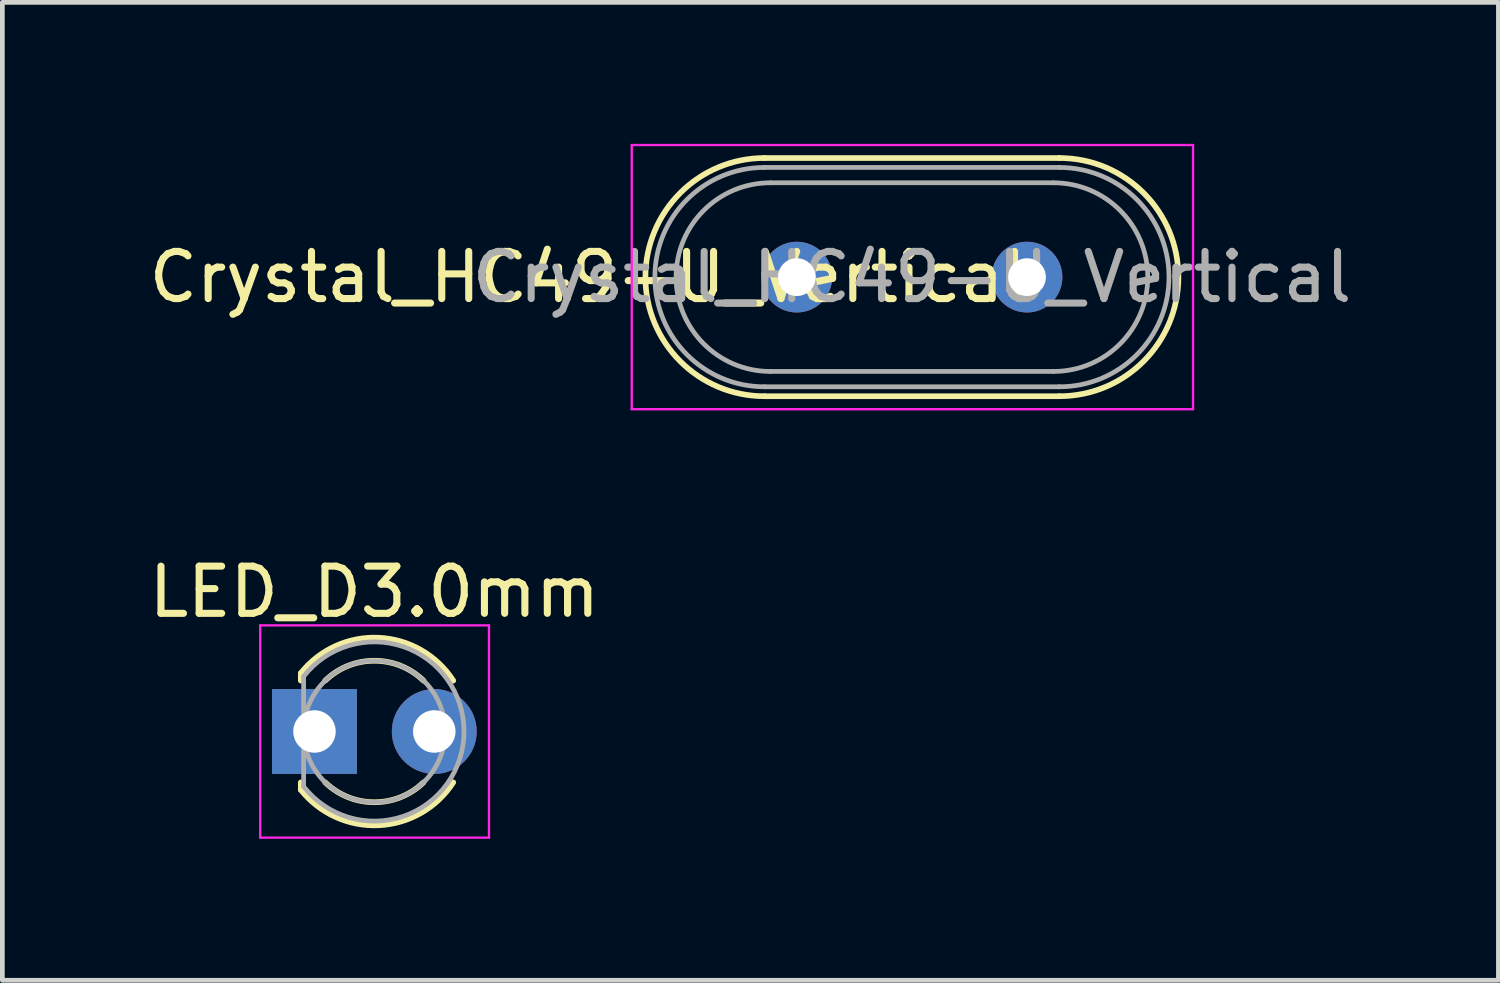
<source format=kicad_pcb>
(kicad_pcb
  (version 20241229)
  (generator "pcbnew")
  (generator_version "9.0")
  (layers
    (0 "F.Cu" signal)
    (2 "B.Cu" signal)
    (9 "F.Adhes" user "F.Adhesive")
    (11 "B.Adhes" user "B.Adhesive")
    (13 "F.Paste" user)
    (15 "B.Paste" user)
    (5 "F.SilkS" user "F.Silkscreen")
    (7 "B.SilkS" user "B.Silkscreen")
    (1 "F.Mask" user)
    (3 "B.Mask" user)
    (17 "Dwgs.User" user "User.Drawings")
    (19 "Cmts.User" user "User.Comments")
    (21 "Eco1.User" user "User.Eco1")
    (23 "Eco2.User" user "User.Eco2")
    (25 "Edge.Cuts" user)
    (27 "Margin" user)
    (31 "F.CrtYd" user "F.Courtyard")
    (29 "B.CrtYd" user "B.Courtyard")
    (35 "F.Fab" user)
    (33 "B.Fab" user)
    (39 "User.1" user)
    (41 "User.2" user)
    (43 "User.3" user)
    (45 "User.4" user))
  (footprint "LED_D3.0mm"
    (layer "F.Cu")
    (at 3.617 12.458)
    (property "Reference" "LED_D3.0mm" (at 1.27 -2.96 180) (layer "F.SilkS") (effects (font (size 1 1) (thickness 0.15))))
    (attr through_hole)
    (fp_line (start -0.29 -1.236) (end -0.29 -1.08) (stroke (width 0.12) (type solid)) (layer "F.SilkS"))
    (fp_line (start -0.29 1.08) (end -0.29 1.236) (stroke (width 0.12) (type solid)) (layer "F.SilkS"))
    (fp_arc (start -0.29 -1.235516) (mid 1.366487 -1.987659) (end 2.942335 -1.078608) (stroke (width 0.12) (type solid)) (layer "F.SilkS"))
    (fp_arc (start 0.229039 -1.08) (mid 1.270117 -1.5) (end 2.31113 -1.079837) (stroke (width 0.12) (type solid)) (layer "F.SilkS"))
    (fp_arc (start 2.31113 1.079837) (mid 1.270117 1.5) (end 0.229039 1.08) (stroke (width 0.12) (type solid)) (layer "F.SilkS"))
    (fp_arc (start 2.942335 1.078608) (mid 1.366487 1.987659) (end -0.29 1.235516) (stroke (width 0.12) (type solid)) (layer "F.SilkS"))
    (fp_line (start -1.15 -2.25) (end -1.15 2.25) (stroke (width 0.05) (type solid)) (layer "F.CrtYd"))
    (fp_line (start -1.15 2.25) (end 3.7 2.25) (stroke (width 0.05) (type solid)) (layer "F.CrtYd"))
    (fp_line (start 3.7 -2.25) (end -1.15 -2.25) (stroke (width 0.05) (type solid)) (layer "F.CrtYd"))
    (fp_line (start 3.7 2.25) (end 3.7 -2.25) (stroke (width 0.05) (type solid)) (layer "F.CrtYd"))
    (fp_line (start -0.23 -1.166) (end -0.23 1.166) (stroke (width 0.1) (type solid)) (layer "F.Fab"))
    (fp_arc (start -0.23 -1.16619) (mid 3.17 0.000452) (end -0.230555 1.165476) (stroke (width 0.1) (type solid)) (layer "F.Fab"))
    (fp_circle (center 1.27 0) (end 2.77 0) (stroke (width 0.1) (type solid)) (fill no) (layer "F.Fab"))
    (pad "1" thru_hole rect (at 0 0) (size 1.8 1.8) (drill 0.9) (layers "*.Cu" "*.Mask"))
    (pad "2" thru_hole circle (at 2.54 0) (size 1.8 1.8) (drill 0.9) (layers "*.Cu" "*.Mask")))
  (footprint "Crystal_HC49-U_Vertical"
    (layer "F.Cu")
    (at 13.843 2.825)
    (property "Reference" "Crystal_HC49-U_Vertical" (at -4.408 0 0) (layer "F.SilkS") (effects (font (size 1 1) (thickness 0.15))))
    (attr through_hole)
    (fp_line (start -0.685 -2.525) (end 5.565 -2.525) (stroke (width 0.12) (type solid)) (layer "F.SilkS"))
    (fp_line (start -0.685 2.525) (end 5.565 2.525) (stroke (width 0.12) (type solid)) (layer "F.SilkS"))
    (fp_arc (start -0.685 2.525) (mid -3.21 0) (end -0.685 -2.525) (stroke (width 0.12) (type solid)) (layer "F.SilkS"))
    (fp_arc (start 5.565 -2.525) (mid 8.09 0) (end 5.565 2.525) (stroke (width 0.12) (type solid)) (layer "F.SilkS"))
    (fp_line (start -3.5 -2.8) (end -3.5 2.8) (stroke (width 0.05) (type solid)) (layer "F.CrtYd"))
    (fp_line (start -3.5 2.8) (end 8.4 2.8) (stroke (width 0.05) (type solid)) (layer "F.CrtYd"))
    (fp_line (start 8.4 -2.8) (end -3.5 -2.8) (stroke (width 0.05) (type solid)) (layer "F.CrtYd"))
    (fp_line (start 8.4 2.8) (end 8.4 -2.8) (stroke (width 0.05) (type solid)) (layer "F.CrtYd"))
    (fp_line (start -0.685 -2.325) (end 5.565 -2.325) (stroke (width 0.1) (type solid)) (layer "F.Fab"))
    (fp_line (start -0.685 2.325) (end 5.565 2.325) (stroke (width 0.1) (type solid)) (layer "F.Fab"))
    (fp_line (start -0.56 -2) (end 5.44 -2) (stroke (width 0.1) (type solid)) (layer "F.Fab"))
    (fp_line (start -0.56 2) (end 5.44 2) (stroke (width 0.1) (type solid)) (layer "F.Fab"))
    (fp_arc (start -0.685 2.325) (mid -3.01 0) (end -0.685 -2.325) (stroke (width 0.1) (type solid)) (layer "F.Fab"))
    (fp_arc (start -0.56 2) (mid -2.56 0) (end -0.56 -2) (stroke (width 0.1) (type solid)) (layer "F.Fab"))
    (fp_arc (start 5.44 -2) (mid 7.44 0) (end 5.44 2) (stroke (width 0.1) (type solid)) (layer "F.Fab"))
    (fp_arc (start 5.565 -2.325) (mid 7.89 0) (end 5.565 2.325) (stroke (width 0.1) (type solid)) (layer "F.Fab"))
    (fp_text user "${REFERENCE}" (at 2.44 0 0) (layer "F.Fab") (effects (font (size 1 1) (thickness 0.15))))
    (pad "1" thru_hole circle (at 0 0) (size 1.5 1.5) (drill 0.8) (layers "*.Cu" "*.Mask"))
    (pad "2" thru_hole circle (at 4.88 0) (size 1.5 1.5) (drill 0.8) (layers "*.Cu" "*.Mask")))
  (gr_rect
    (start -3 -3)
    (end 28.717 17.733)
    (stroke (width 0.1) (type default))
    (fill no)
    (layer "Edge.Cuts")))
</source>
